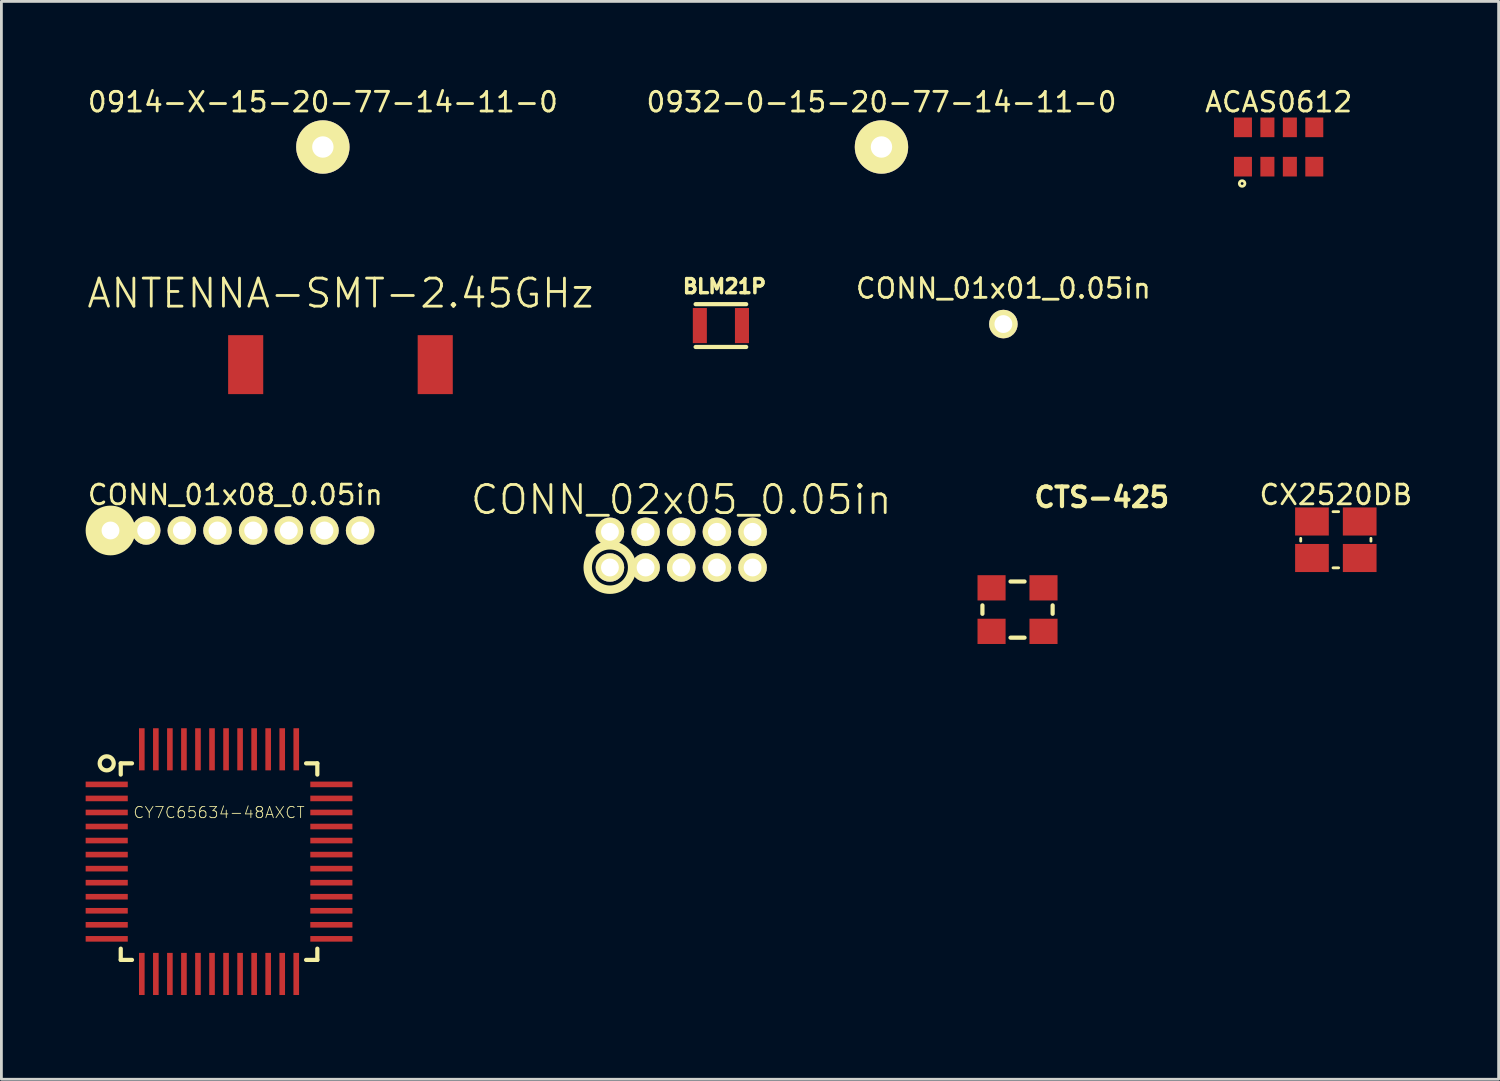
<source format=kicad_pcb>
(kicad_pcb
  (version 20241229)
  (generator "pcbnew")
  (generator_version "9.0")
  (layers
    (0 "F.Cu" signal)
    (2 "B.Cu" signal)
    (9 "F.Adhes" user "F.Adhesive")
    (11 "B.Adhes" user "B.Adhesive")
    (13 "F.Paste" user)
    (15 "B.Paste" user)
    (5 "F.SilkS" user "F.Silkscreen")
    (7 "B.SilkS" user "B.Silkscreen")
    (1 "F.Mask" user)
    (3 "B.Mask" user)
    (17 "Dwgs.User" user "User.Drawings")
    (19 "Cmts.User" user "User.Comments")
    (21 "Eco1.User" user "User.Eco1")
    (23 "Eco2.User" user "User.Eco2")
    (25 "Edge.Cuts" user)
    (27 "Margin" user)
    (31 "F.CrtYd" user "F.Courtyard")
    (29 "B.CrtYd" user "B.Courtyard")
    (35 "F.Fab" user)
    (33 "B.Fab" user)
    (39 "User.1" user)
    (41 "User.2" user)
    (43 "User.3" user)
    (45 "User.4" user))
  (footprint "CX2520DB"
    (layer "F.Cu")
    (at 44.52 16.171)
    (property "Reference" "CX2520DB" (at 0 -1.6 0) (layer "F.SilkS") (effects (font (size 0.7 0.7) (thickness 0.1))))
    (attr through_hole)
    (fp_line (start -1.25 -0.05) (end -1.25 0.05) (stroke (width 0.1) (type solid)) (layer "F.SilkS"))
    (fp_line (start -0.1 1) (end 0.1 1) (stroke (width 0.1) (type solid)) (layer "F.SilkS"))
    (fp_line (start 0.1 -1) (end -0.1 -1) (stroke (width 0.1) (type solid)) (layer "F.SilkS"))
    (fp_line (start 1.25 -0.05) (end 1.25 0.05) (stroke (width 0.1) (type solid)) (layer "F.SilkS"))
    (pad "1" smd rect (at -0.85 0.65) (size 1.2 1) (layers "F.Cu" "F.Mask" "F.Paste"))
    (pad "2" smd rect (at 0.85 0.65) (size 1.2 1) (layers "F.Cu" "F.Mask" "F.Paste"))
    (pad "3" smd rect (at 0.85 -0.65) (size 1.2 1) (layers "F.Cu" "F.Mask" "F.Paste"))
    (pad "4" smd rect (at -0.85 -0.65) (size 1.2 1) (layers "F.Cu" "F.Mask" "F.Paste")))
  (footprint "CONN_01x01_0.05in"
    (layer "F.Cu")
    (at 32.681 8.49)
    (property "Reference" "CONN_01x01_0.05in" (at 0 -1.27 0) (layer "F.SilkS") (effects (font (size 0.7 0.7) (thickness 0.1))))
    (attr through_hole)
    (pad "1" thru_hole circle (at 0 0 90) (size 1.016 1.016) (drill 0.635) (layers "*.Cu" "*.Mask" "F.SilkS")))
  (footprint "CY7C65634-48AXCT"
    (layer "F.Cu")
    (at 4.75 27.633)
    (property "Reference" "CY7C65634-48AXCT" (at 0 -1.75 0) (layer "F.SilkS") (effects (font (size 0.4 0.4) (thickness 0.03))))
    (attr through_hole)
    (fp_line (start -3.5 -3.5) (end -3.1 -3.5) (stroke (width 0.15) (type solid)) (layer "F.SilkS"))
    (fp_line (start -3.5 -3.1) (end -3.5 -3.5) (stroke (width 0.15) (type solid)) (layer "F.SilkS"))
    (fp_line (start -3.5 3.1) (end -3.5 3.5) (stroke (width 0.15) (type solid)) (layer "F.SilkS"))
    (fp_line (start -3.5 3.5) (end -3.1 3.5) (stroke (width 0.15) (type solid)) (layer "F.SilkS"))
    (fp_line (start 3.1 -3.5) (end 3.5 -3.5) (stroke (width 0.15) (type solid)) (layer "F.SilkS"))
    (fp_line (start 3.1 3.5) (end 3.5 3.5) (stroke (width 0.15) (type solid)) (layer "F.SilkS"))
    (fp_line (start 3.5 -3.5) (end 3.5 -3.1) (stroke (width 0.15) (type solid)) (layer "F.SilkS"))
    (fp_line (start 3.5 3.5) (end 3.5 3.1) (stroke (width 0.15) (type solid)) (layer "F.SilkS"))
    (fp_circle (center -4 -3.5) (end -4 -3.25) (stroke (width 0.15) (type solid)) (fill no) (layer "F.SilkS"))
    (pad "1" smd rect (at -4 -2.75) (size 1.5 0.2) (layers "F.Cu" "F.Mask" "F.Paste"))
    (pad "2" smd rect (at -4 -2.25) (size 1.5 0.2) (layers "F.Cu" "F.Mask" "F.Paste"))
    (pad "3" smd rect (at -4 -1.75) (size 1.5 0.2) (layers "F.Cu" "F.Mask" "F.Paste"))
    (pad "4" smd rect (at -4 -1.25) (size 1.5 0.2) (layers "F.Cu" "F.Mask" "F.Paste"))
    (pad "5" smd rect (at -4 -0.75) (size 1.5 0.2) (layers "F.Cu" "F.Mask" "F.Paste"))
    (pad "6" smd rect (at -4 -0.25) (size 1.5 0.2) (layers "F.Cu" "F.Mask" "F.Paste"))
    (pad "7" smd rect (at -4 0.25) (size 1.5 0.2) (layers "F.Cu" "F.Mask" "F.Paste"))
    (pad "8" smd rect (at -4 0.75) (size 1.5 0.2) (layers "F.Cu" "F.Mask" "F.Paste"))
    (pad "9" smd rect (at -4 1.25) (size 1.5 0.2) (layers "F.Cu" "F.Mask" "F.Paste"))
    (pad "10" smd rect (at -4 1.75) (size 1.5 0.2) (layers "F.Cu" "F.Mask" "F.Paste"))
    (pad "11" smd rect (at -4 2.25) (size 1.5 0.2) (layers "F.Cu" "F.Mask" "F.Paste"))
    (pad "12" smd rect (at -4 2.75) (size 1.5 0.2) (layers "F.Cu" "F.Mask" "F.Paste"))
    (pad "13" smd rect (at -2.75 4) (size 0.2 1.5) (layers "F.Cu" "F.Mask" "F.Paste"))
    (pad "14" smd rect (at -2.25 4) (size 0.2 1.5) (layers "F.Cu" "F.Mask" "F.Paste"))
    (pad "15" smd rect (at -1.75 4) (size 0.2 1.5) (layers "F.Cu" "F.Mask" "F.Paste"))
    (pad "16" smd rect (at -1.25 4) (size 0.2 1.5) (layers "F.Cu" "F.Mask" "F.Paste"))
    (pad "17" smd rect (at -0.75 4) (size 0.2 1.5) (layers "F.Cu" "F.Mask" "F.Paste"))
    (pad "18" smd rect (at -0.25 4) (size 0.2 1.5) (layers "F.Cu" "F.Mask" "F.Paste"))
    (pad "19" smd rect (at 0.25 4) (size 0.2 1.5) (layers "F.Cu" "F.Mask" "F.Paste"))
    (pad "20" smd rect (at 0.75 4) (size 0.2 1.5) (layers "F.Cu" "F.Mask" "F.Paste"))
    (pad "21" smd rect (at 1.25 4) (size 0.2 1.5) (layers "F.Cu" "F.Mask" "F.Paste"))
    (pad "22" smd rect (at 1.75 4) (size 0.2 1.5) (layers "F.Cu" "F.Mask" "F.Paste"))
    (pad "23" smd rect (at 2.25 4) (size 0.2 1.5) (layers "F.Cu" "F.Mask" "F.Paste"))
    (pad "24" smd rect (at 2.75 4) (size 0.2 1.5) (layers "F.Cu" "F.Mask" "F.Paste"))
    (pad "25" smd rect (at 4 2.75) (size 1.5 0.2) (layers "F.Cu" "F.Mask" "F.Paste"))
    (pad "26" smd rect (at 4 2.25) (size 1.5 0.2) (layers "F.Cu" "F.Mask" "F.Paste"))
    (pad "27" smd rect (at 4 1.75) (size 1.5 0.2) (layers "F.Cu" "F.Mask" "F.Paste"))
    (pad "28" smd rect (at 4 1.25) (size 1.5 0.2) (layers "F.Cu" "F.Mask" "F.Paste"))
    (pad "29" smd rect (at 4 0.75) (size 1.5 0.2) (layers "F.Cu" "F.Mask" "F.Paste"))
    (pad "30" smd rect (at 4 0.25) (size 1.5 0.2) (layers "F.Cu" "F.Mask" "F.Paste"))
    (pad "31" smd rect (at 4 -0.25) (size 1.5 0.2) (layers "F.Cu" "F.Mask" "F.Paste"))
    (pad "32" smd rect (at 4 -0.75) (size 1.5 0.2) (layers "F.Cu" "F.Mask" "F.Paste"))
    (pad "33" smd rect (at 4 -1.25) (size 1.5 0.2) (layers "F.Cu" "F.Mask" "F.Paste"))
    (pad "34" smd rect (at 4 -1.75) (size 1.5 0.2) (layers "F.Cu" "F.Mask" "F.Paste"))
    (pad "35" smd rect (at 4 -2.25) (size 1.5 0.2) (layers "F.Cu" "F.Mask" "F.Paste"))
    (pad "36" smd rect (at 4 -2.75) (size 1.5 0.2) (layers "F.Cu" "F.Mask" "F.Paste"))
    (pad "37" smd rect (at 2.75 -4) (size 0.2 1.5) (layers "F.Cu" "F.Mask" "F.Paste"))
    (pad "38" smd rect (at 2.25 -4) (size 0.2 1.5) (layers "F.Cu" "F.Mask" "F.Paste"))
    (pad "39" smd rect (at 1.75 -4) (size 0.2 1.5) (layers "F.Cu" "F.Mask" "F.Paste"))
    (pad "40" smd rect (at 1.25 -4) (size 0.2 1.5) (layers "F.Cu" "F.Mask" "F.Paste"))
    (pad "41" smd rect (at 0.75 -4) (size 0.2 1.5) (layers "F.Cu" "F.Mask" "F.Paste"))
    (pad "42" smd rect (at 0.25 -4) (size 0.2 1.5) (layers "F.Cu" "F.Mask" "F.Paste"))
    (pad "43" smd rect (at -0.25 -4) (size 0.2 1.5) (layers "F.Cu" "F.Mask" "F.Paste"))
    (pad "44" smd rect (at -0.75 -4) (size 0.2 1.5) (layers "F.Cu" "F.Mask" "F.Paste"))
    (pad "45" smd rect (at -1.25 -4) (size 0.2 1.5) (layers "F.Cu" "F.Mask" "F.Paste"))
    (pad "46" smd rect (at -1.75 -4) (size 0.2 1.5) (layers "F.Cu" "F.Mask" "F.Paste"))
    (pad "47" smd rect (at -2.25 -4) (size 0.2 1.5) (layers "F.Cu" "F.Mask" "F.Paste"))
    (pad "48" smd rect (at -2.75 -4) (size 0.2 1.5) (layers "F.Cu" "F.Mask" "F.Paste")))
  (footprint "CONN_02x05_0.05in"
    (layer "F.Cu")
    (at 21.21 16.524)
    (property "Reference" "CONN_02x05_0.05in" (at 0 -1.778 0) (layer "F.SilkS") (effects (font (size 1 1) (thickness 0.1))))
    (attr through_hole)
    (fp_circle (center -2.54 0.635) (end -1.75 0.6) (stroke (width 0.3) (type solid)) (fill no) (layer "F.SilkS"))
    (pad "1" thru_hole circle (at -2.54 0.635 90) (size 1.016 1.016) (drill 0.635) (layers "*.Cu" "*.Mask" "F.SilkS"))
    (pad "2" thru_hole circle (at -2.54 -0.635 90) (size 1.016 1.016) (drill 0.635) (layers "*.Cu" "*.Mask" "F.SilkS"))
    (pad "3" thru_hole circle (at -1.27 0.635 90) (size 1.016 1.016) (drill 0.635) (layers "*.Cu" "*.Mask" "F.SilkS"))
    (pad "4" thru_hole circle (at -1.27 -0.635 90) (size 1.016 1.016) (drill 0.635) (layers "*.Cu" "*.Mask" "F.SilkS"))
    (pad "5" thru_hole circle (at 0 0.635 90) (size 1.016 1.016) (drill 0.635) (layers "*.Cu" "*.Mask" "F.SilkS"))
    (pad "6" thru_hole circle (at 0 -0.635 90) (size 1.016 1.016) (drill 0.635) (layers "*.Cu" "*.Mask" "F.SilkS"))
    (pad "7" thru_hole circle (at 1.27 0.635 90) (size 1.016 1.016) (drill 0.635) (layers "*.Cu" "*.Mask" "F.SilkS"))
    (pad "8" thru_hole circle (at 1.27 -0.635 90) (size 1.016 1.016) (drill 0.635) (layers "*.Cu" "*.Mask" "F.SilkS"))
    (pad "9" thru_hole circle (at 2.54 0.635 90) (size 1.016 1.016) (drill 0.635) (layers "*.Cu" "*.Mask" "F.SilkS"))
    (pad "10" thru_hole circle (at 2.54 -0.635 90) (size 1.016 1.016) (drill 0.635) (layers "*.Cu" "*.Mask" "F.SilkS")))
  (footprint "CTS-425"
    (layer "F.Cu")
    (at 33.185 18.658)
    (property "Reference" "CTS-425" (at 3 -4 0) (layer "F.SilkS") (effects (font (size 0.7 0.7) (thickness 0.15))))
    (attr through_hole)
    (fp_line (start -1.25 -0.15) (end -1.25 0.15) (stroke (width 0.15) (type solid)) (layer "F.SilkS"))
    (fp_line (start -0.25 1) (end 0.25 1) (stroke (width 0.15) (type solid)) (layer "F.SilkS"))
    (fp_line (start 0.25 -1) (end -0.25 -1) (stroke (width 0.15) (type solid)) (layer "F.SilkS"))
    (fp_line (start 1.25 0.15) (end 1.25 -0.15) (stroke (width 0.15) (type solid)) (layer "F.SilkS"))
    (pad "1" smd rect (at -0.925 0.775) (size 1 0.9) (layers "F.Cu" "F.Mask" "F.Paste"))
    (pad "2" smd rect (at 0.925 0.775) (size 1 0.9) (layers "F.Cu" "F.Mask" "F.Paste"))
    (pad "3" smd rect (at 0.925 -0.775) (size 1 0.9) (layers "F.Cu" "F.Mask" "F.Paste"))
    (pad "4" smd rect (at -0.925 -0.775) (size 1 0.9) (layers "F.Cu" "F.Mask" "F.Paste")))
  (footprint "0932-0-15-20-77-14-11-0"
    (layer "F.Cu")
    (at 28.34 2.185)
    (property "Reference" "0932-0-15-20-77-14-11-0" (at 0 -1.6 0) (layer "F.SilkS") (effects (font (size 0.7 0.7) (thickness 0.1))))
    (attr through_hole)
    (pad "~" thru_hole circle (at 0 0) (size 1.9 1.9) (drill 0.762) (layers "*.Cu" "*.Mask" "F.SilkS")))
  (footprint "ANTENNA-SMT-2.45GHz"
    (layer "F.Cu")
    (at 9.074 9.935)
    (property "Reference" "ANTENNA-SMT-2.45GHz" (at 0 -2.54 0) (layer "F.SilkS") (effects (font (size 1 1) (thickness 0.1))))
    (attr through_hole)
    (pad "1" smd rect (at -3.375 0) (size 1.25 2.1) (layers "F.Cu" "F.Mask" "F.Paste"))
    (pad "2" smd rect (at 3.375 0) (size 1.25 2.1) (layers "F.Cu" "F.Mask" "F.Paste")))
  (footprint "ACAS0612"
    (layer "F.Cu")
    (at 42.483 2.185)
    (property "Reference" "ACAS0612" (at 0 -1.6 0) (layer "F.SilkS") (effects (font (size 0.7 0.7) (thickness 0.1))))
    (attr through_hole)
    (fp_circle (center -1.3 1.3) (end -1.3 1.2) (stroke (width 0.1) (type solid)) (fill no) (layer "F.SilkS"))
    (pad "" smd rect (at 0 0) (size 3.38 2.3) (layers "F.Mask"))
    (pad "1" smd rect (at -1.27 0.7) (size 0.64 0.7) (layers "F.Cu" "F.Mask" "F.Paste"))
    (pad "2" smd rect (at -0.4 0.7) (size 0.5 0.7) (layers "F.Cu" "F.Mask" "F.Paste"))
    (pad "3" smd rect (at 0.4 0.7) (size 0.5 0.7) (layers "F.Cu" "F.Mask" "F.Paste"))
    (pad "4" smd rect (at 1.27 0.7) (size 0.64 0.7) (layers "F.Cu" "F.Mask" "F.Paste"))
    (pad "5" smd rect (at 1.27 -0.7) (size 0.64 0.7) (layers "F.Cu" "F.Mask" "F.Paste"))
    (pad "6" smd rect (at 0.4 -0.7) (size 0.5 0.7) (layers "F.Cu" "F.Mask" "F.Paste"))
    (pad "7" smd rect (at -0.4 -0.7) (size 0.5 0.7) (layers "F.Cu" "F.Mask" "F.Paste"))
    (pad "8" smd rect (at -1.27 -0.7) (size 0.64 0.7) (layers "F.Cu" "F.Mask" "F.Paste")))
  (footprint "CONN_01x08_0.05in"
    (layer "F.Cu")
    (at 5.33 15.841)
    (property "Reference" "CONN_01x08_0.05in" (at 0 -1.27 0) (layer "F.SilkS") (effects (font (size 0.7 0.7) (thickness 0.1))))
    (attr through_hole)
    (fp_circle (center -4.445 0) (end -4.445 -0.635) (stroke (width 0.5) (type solid)) (fill no) (layer "F.SilkS"))
    (pad "1" thru_hole circle (at -4.445 0 90) (size 1.016 1.016) (drill 0.635) (layers "*.Cu" "*.Mask" "F.SilkS"))
    (pad "2" thru_hole circle (at -3.175 0 90) (size 1.016 1.016) (drill 0.635) (layers "*.Cu" "*.Mask" "F.SilkS"))
    (pad "3" thru_hole circle (at -1.905 0 90) (size 1.016 1.016) (drill 0.635) (layers "*.Cu" "*.Mask" "F.SilkS"))
    (pad "4" thru_hole circle (at -0.635 0 90) (size 1.016 1.016) (drill 0.635) (layers "*.Cu" "*.Mask" "F.SilkS"))
    (pad "5" thru_hole circle (at 0.635 0 90) (size 1.016 1.016) (drill 0.635) (layers "*.Cu" "*.Mask" "F.SilkS"))
    (pad "6" thru_hole circle (at 1.905 0 90) (size 1.016 1.016) (drill 0.635) (layers "*.Cu" "*.Mask" "F.SilkS"))
    (pad "7" thru_hole circle (at 3.175 0 90) (size 1.016 1.016) (drill 0.635) (layers "*.Cu" "*.Mask" "F.SilkS"))
    (pad "8" thru_hole circle (at 4.445 0 90) (size 1.016 1.016) (drill 0.635) (layers "*.Cu" "*.Mask" "F.SilkS")))
  (footprint "0914-X-15-20-77-14-11-0"
    (layer "F.Cu")
    (at 8.447 2.185)
    (property "Reference" "0914-X-15-20-77-14-11-0" (at 0 -1.6 0) (layer "F.SilkS") (effects (font (size 0.7 0.7) (thickness 0.1))))
    (attr through_hole)
    (pad "~" thru_hole circle (at 0 0) (size 1.9 1.9) (drill 0.762) (layers "*.Cu" "*.Mask" "F.SilkS")))
  (footprint "BLM21P"
    (layer "F.Cu")
    (at 22.622 8.544)
    (property "Reference" "BLM21P" (at 0.127 -1.397 0) (layer "F.SilkS") (effects (font (size 0.5 0.5) (thickness 0.125))))
    (attr through_hole)
    (fp_line (start -0.9 -0.762) (end 0.9 -0.762) (stroke (width 0.15) (type solid)) (layer "F.SilkS"))
    (fp_line (start -0.9 0.762) (end 0.9 0.762) (stroke (width 0.15) (type solid)) (layer "F.SilkS"))
    (pad "1" smd rect (at 0.75 0) (size 0.5 1.25) (layers "F.Cu" "F.Mask" "F.Paste"))
    (pad "2" smd rect (at -0.75 0) (size 0.5 1.25) (layers "F.Cu" "F.Mask" "F.Paste")))
  (gr_rect
    (start -3 -3)
    (end 50.317 35.383)
    (stroke (width 0.1) (type default))
    (fill no)
    (layer "Edge.Cuts")))
</source>
